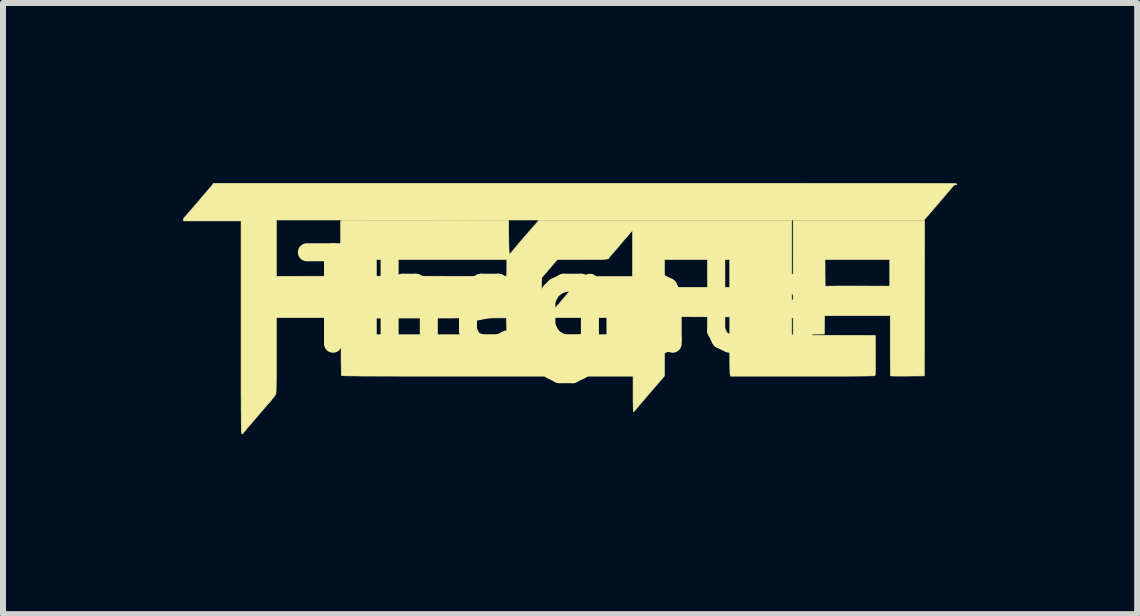
<source format=kicad_pcb>
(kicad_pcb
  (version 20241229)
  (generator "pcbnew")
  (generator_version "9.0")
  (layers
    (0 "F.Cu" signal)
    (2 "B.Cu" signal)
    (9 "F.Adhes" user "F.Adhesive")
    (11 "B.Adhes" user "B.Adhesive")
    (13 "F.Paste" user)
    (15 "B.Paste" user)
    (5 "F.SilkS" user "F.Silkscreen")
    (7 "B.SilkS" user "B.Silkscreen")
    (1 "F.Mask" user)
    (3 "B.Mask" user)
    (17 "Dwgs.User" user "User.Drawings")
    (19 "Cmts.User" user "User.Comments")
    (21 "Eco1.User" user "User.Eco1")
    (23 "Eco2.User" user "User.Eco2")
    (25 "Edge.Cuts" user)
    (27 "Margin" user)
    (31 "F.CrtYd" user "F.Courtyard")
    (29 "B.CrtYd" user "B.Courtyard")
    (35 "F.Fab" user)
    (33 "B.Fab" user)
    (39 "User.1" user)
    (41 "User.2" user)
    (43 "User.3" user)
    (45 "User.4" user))
  (footprint "Thegala"
    (layer "F.Cu")
    (at 6.31 1.989)
    (property "Reference" "Thegala" (at 0 0 0) (layer "F.SilkS") (effects (font (size 1.524 1.524) (thickness 0.3))))
    (attr through_hole)
    (fp_poly (pts (xy 6.044 1.226) (xy 5.766 1.228) (xy 5.701 1.229) (xy 5.641 1.229) (xy 5.588 1.229) (xy 5.544 1.228) (xy 5.51 1.227) (xy 5.489 1.226) (xy 5.482 1.225) (xy 5.481 1.216) (xy 5.48 1.193) (xy 5.48 1.157) (xy 5.479 1.109) (xy 5.478 1.05) (xy 5.478 0.983) (xy 5.477 0.907) (xy 5.477 0.825) (xy 5.477 0.739) (xy 5.477 0.721) (xy 5.477 0.222) (xy 4.382 0.222) (xy 4.38 0.375) (xy 4.378 0.528) (xy 3.858 0.532) (xy 3.858 -0.714) (xy 4.389 -0.714) (xy 4.39 -0.486) (xy 4.39 -0.428) (xy 4.391 -0.376) (xy 4.391 -0.332) (xy 4.392 -0.298) (xy 4.393 -0.275) (xy 4.394 -0.266) (xy 4.394 -0.266) (xy 4.403 -0.268) (xy 4.427 -0.269) (xy 4.467 -0.27) (xy 4.522 -0.271) (xy 4.593 -0.272) (xy 4.678 -0.272) (xy 4.779 -0.272) (xy 4.894 -0.272) (xy 4.933 -0.272) (xy 5.469 -0.27) (xy 5.469 -0.714) (xy 4.389 -0.714) (xy 3.858 -0.714) (xy 3.858 -1.365) (xy 4.953 -1.365) (xy 6.048 -1.365) (xy 6.044 1.226)) (stroke (width 0.01) (type solid)) (fill yes) (layer "F.SilkS"))
    (fp_poly (pts (xy 0.369 -1.984) (xy 0.682 -1.984) (xy 0.99 -1.984) (xy 1.295 -1.984) (xy 1.595 -1.984) (xy 1.89 -1.984) (xy 2.179 -1.984) (xy 2.463 -1.984) (xy 2.741 -1.984) (xy 3.012 -1.984) (xy 3.276 -1.984) (xy 3.533 -1.984) (xy 3.782 -1.984) (xy 4.023 -1.983) (xy 4.256 -1.983) (xy 4.479 -1.983) (xy 4.694 -1.983) (xy 4.899 -1.983) (xy 5.094 -1.983) (xy 5.279 -1.982) (xy 5.453 -1.982) (xy 5.615 -1.982) (xy 5.767 -1.982) (xy 5.906 -1.982) (xy 6.033 -1.981) (xy 6.148 -1.981) (xy 6.249 -1.981) (xy 6.337 -1.981) (xy 6.411 -1.98) (xy 6.471 -1.98) (xy 6.516 -1.98) (xy 6.547 -1.98) (xy 6.562 -1.98) (xy 6.563 -1.979) (xy 6.582 -1.973) (xy 6.587 -1.966) (xy 6.578 -1.962) (xy 6.566 -1.961) (xy 6.546 -1.955) (xy 6.525 -1.938) (xy 6.519 -1.931) (xy 6.501 -1.909) (xy 6.484 -1.89) (xy 6.48 -1.884) (xy 6.425 -1.821) (xy 6.379 -1.767) (xy 6.339 -1.72) (xy 6.334 -1.714) (xy 6.317 -1.694) (xy 6.303 -1.678) (xy 6.298 -1.672) (xy 6.29 -1.662) (xy 6.274 -1.644) (xy 6.253 -1.619) (xy 6.243 -1.607) (xy 6.221 -1.582) (xy 6.202 -1.561) (xy 6.19 -1.546) (xy 6.187 -1.543) (xy 6.178 -1.533) (xy 6.163 -1.515) (xy 6.144 -1.492) (xy 6.144 -1.492) (xy 6.119 -1.462) (xy 6.091 -1.431) (xy 6.073 -1.411) (xy 6.038 -1.373) (xy -4.755 -1.373) (xy -4.755 -0.433) (xy -4.225 -0.435) (xy -4.134 -0.435) (xy -4.049 -0.435) (xy -3.969 -0.435) (xy -3.896 -0.436) (xy -3.832 -0.436) (xy -3.778 -0.436) (xy -3.736 -0.436) (xy -3.706 -0.436) (xy -3.689 -0.436) (xy -3.687 -0.437) (xy -3.685 -0.444) (xy -3.684 -0.468) (xy -3.682 -0.507) (xy -3.681 -0.562) (xy -3.681 -0.632) (xy -3.681 -0.714) (xy -3.088 -0.714) (xy -3.088 -0.437) (xy -2.006 -0.435) (xy -1.876 -0.434) (xy -1.751 -0.434) (xy -1.631 -0.434) (xy -1.517 -0.433) (xy -1.41 -0.433) (xy -1.311 -0.433) (xy -1.221 -0.432) (xy -1.141 -0.432) (xy -1.072 -0.432) (xy -1.015 -0.432) (xy -0.97 -0.431) (xy -0.938 -0.431) (xy -0.922 -0.431) (xy -0.919 -0.431) (xy -0.917 -0.437) (xy -0.915 -0.458) (xy -0.914 -0.489) (xy -0.913 -0.529) (xy -0.913 -0.572) (xy -0.913 -0.714) (xy -3.088 -0.714) (xy -3.681 -0.714) (xy -3.681 -0.717) (xy -3.681 -0.817) (xy -3.681 -0.896) (xy -3.683 -1.356) (xy -3.649 -1.361) (xy -3.638 -1.362) (xy -3.611 -1.362) (xy -3.571 -1.362) (xy -3.517 -1.363) (xy -3.45 -1.363) (xy -3.372 -1.363) (xy -3.283 -1.364) (xy -3.183 -1.364) (xy -3.075 -1.364) (xy -2.958 -1.364) (xy -2.834 -1.364) (xy -2.703 -1.364) (xy -2.567 -1.364) (xy -2.425 -1.364) (xy -2.279 -1.364) (xy -2.25 -1.364) (xy -0.885 -1.361) (xy -0.881 -1.072) (xy -0.88 -0.987) (xy -0.878 -0.919) (xy -0.877 -0.866) (xy -0.875 -0.827) (xy -0.873 -0.804) (xy -0.87 -0.794) (xy -0.869 -0.795) (xy -0.86 -0.808) (xy -0.844 -0.827) (xy -0.829 -0.843) (xy -0.809 -0.867) (xy -0.791 -0.888) (xy -0.782 -0.899) (xy -0.765 -0.919) (xy -0.741 -0.948) (xy -0.712 -0.983) (xy -0.68 -1.02) (xy -0.663 -1.04) (xy -0.641 -1.066) (xy -0.614 -1.097) (xy -0.591 -1.123) (xy -0.572 -1.146) (xy -0.545 -1.177) (xy -0.513 -1.213) (xy -0.48 -1.251) (xy -0.466 -1.267) (xy -0.38 -1.365) (xy 1.727 -1.365) (xy 3.834 -1.365) (xy 3.834 0.548) (xy 4.53 0.55) (xy 5.227 0.552) (xy 5.229 0.88) (xy 5.229 0.97) (xy 5.229 1.044) (xy 5.229 1.104) (xy 5.228 1.151) (xy 5.227 1.185) (xy 5.225 1.207) (xy 5.223 1.218) (xy 5.222 1.219) (xy 5.219 1.221) (xy 5.211 1.222) (xy 5.198 1.224) (xy 5.18 1.225) (xy 5.155 1.226) (xy 5.122 1.226) (xy 5.082 1.227) (xy 5.033 1.228) (xy 4.975 1.228) (xy 4.907 1.229) (xy 4.828 1.229) (xy 4.738 1.23) (xy 4.636 1.23) (xy 4.521 1.23) (xy 4.392 1.23) (xy 4.25 1.23) (xy 4.092 1.23) (xy 4.015 1.23) (xy 2.817 1.23) (xy 2.81 1.209) (xy 2.808 1.197) (xy 2.806 1.169) (xy 2.805 1.126) (xy 2.804 1.07) (xy 2.803 1.001) (xy 2.802 0.919) (xy 2.802 0.825) (xy 2.802 0.72) (xy 2.802 0.715) (xy 2.803 0.242) (xy 1.714 0.238) (xy 1.714 1.226) (xy 1.642 1.31) (xy 1.596 1.363) (xy 1.55 1.417) (xy 1.505 1.468) (xy 1.464 1.516) (xy 1.428 1.558) (xy 1.399 1.593) (xy 1.378 1.617) (xy 1.376 1.619) (xy 1.364 1.633) (xy 1.345 1.656) (xy 1.321 1.684) (xy 1.298 1.71) (xy 1.272 1.741) (xy 1.248 1.769) (xy 1.23 1.791) (xy 1.22 1.804) (xy 1.207 1.818) (xy 1.198 1.826) (xy 1.197 1.826) (xy 1.196 1.818) (xy 1.194 1.796) (xy 1.193 1.762) (xy 1.192 1.717) (xy 1.191 1.663) (xy 1.191 1.602) (xy 1.191 1.536) (xy 1.191 1.528) (xy 1.191 1.23) (xy -1.233 1.23) (xy -1.476 1.23) (xy -1.704 1.23) (xy -1.917 1.23) (xy -2.116 1.23) (xy -2.3 1.23) (xy -2.471 1.23) (xy -2.628 1.23) (xy -2.772 1.229) (xy -2.904 1.229) (xy -3.023 1.229) (xy -3.131 1.228) (xy -3.227 1.228) (xy -3.313 1.228) (xy -3.388 1.227) (xy -3.454 1.226) (xy -3.509 1.226) (xy -3.556 1.225) (xy -3.593 1.225) (xy -3.623 1.224) (xy -3.644 1.223) (xy -3.658 1.222) (xy -3.665 1.221) (xy -3.666 1.221) (xy -3.668 1.215) (xy -3.669 1.2) (xy -3.671 1.177) (xy -3.672 1.144) (xy -3.673 1.099) (xy -3.674 1.043) (xy -3.675 0.974) (xy -3.675 0.892) (xy -3.675 0.795) (xy -3.675 0.733) (xy -3.675 0.262) (xy -3.088 0.262) (xy -3.088 0.54) (xy -0.912 0.54) (xy -0.333 0.54) (xy 0.754 0.54) (xy 0.754 0.254) (xy -0.223 0.254) (xy -0.218 0.234) (xy -0.209 0.217) (xy -0.194 0.195) (xy -0.184 0.184) (xy -0.16 0.158) (xy -0.136 0.13) (xy -0.127 0.119) (xy -0.106 0.094) (xy -0.081 0.065) (xy -0.064 0.046) (xy -0.045 0.025) (xy -0.03 0.008) (xy -0.016 -0.008) (xy 0.000272 -0.028) (xy 0.024 -0.055) (xy 0.024 -0.056) (xy 0.041 -0.076) (xy 0.055 -0.092) (xy 0.06 -0.098) (xy 0.077 -0.118) (xy 0.099 -0.144) (xy 0.123 -0.172) (xy 0.145 -0.198) (xy 0.163 -0.218) (xy 0.171 -0.229) (xy 0.189 -0.25) (xy 0.202 -0.265) (xy 0.216 -0.28) (xy 0.235 -0.302) (xy 0.255 -0.326) (xy 0.279 -0.353) (xy 0.303 -0.38) (xy 0.32 -0.399) (xy 0.348 -0.429) (xy 1.183 -0.429) (xy 1.183 -0.714) (xy 1.714 -0.714) (xy 1.714 -0.486) (xy 1.715 -0.427) (xy 1.715 -0.374) (xy 1.715 -0.328) (xy 1.716 -0.291) (xy 1.717 -0.266) (xy 1.718 -0.254) (xy 1.718 -0.253) (xy 1.726 -0.253) (xy 1.749 -0.252) (xy 1.785 -0.252) (xy 1.833 -0.251) (xy 1.892 -0.251) (xy 1.96 -0.251) (xy 2.037 -0.25) (xy 2.12 -0.25) (xy 2.208 -0.25) (xy 2.262 -0.25) (xy 2.802 -0.25) (xy 2.802 -0.714) (xy 1.714 -0.714) (xy 1.183 -0.714) (xy 1.183 -1.202) (xy 1.157 -1.173) (xy 1.136 -1.15) (xy 1.117 -1.126) (xy 1.112 -1.12) (xy 1.094 -1.098) (xy 1.073 -1.074) (xy 1.068 -1.069) (xy 1.05 -1.049) (xy 1.027 -1.023) (xy 1.008 -1.001) (xy 0.989 -0.978) (xy 0.972 -0.959) (xy 0.962 -0.948) (xy 0.954 -0.937) (xy 0.953 -0.933) (xy 0.947 -0.926) (xy 0.934 -0.91) (xy 0.92 -0.895) (xy 0.897 -0.87) (xy 0.873 -0.843) (xy 0.863 -0.831) (xy 0.841 -0.805) (xy 0.818 -0.778) (xy 0.812 -0.772) (xy 0.797 -0.754) (xy 0.787 -0.741) (xy 0.786 -0.738) (xy 0.784 -0.733) (xy 0.779 -0.729) (xy 0.769 -0.725) (xy 0.752 -0.722) (xy 0.728 -0.72) (xy 0.696 -0.718) (xy 0.654 -0.716) (xy 0.601 -0.715) (xy 0.536 -0.715) (xy 0.458 -0.715) (xy 0.366 -0.714) (xy 0.338 -0.714) (xy -0.07 -0.714) (xy -0.104 -0.676) (xy -0.128 -0.648) (xy -0.153 -0.62) (xy -0.167 -0.604) (xy -0.19 -0.576) (xy -0.207 -0.555) (xy -0.223 -0.537) (xy -0.24 -0.517) (xy -0.255 -0.499) (xy -0.278 -0.474) (xy -0.299 -0.449) (xy -0.313 -0.433) (xy -0.333 -0.409) (xy -0.333 0.065) (xy -0.333 0.54) (xy -0.912 0.54) (xy -0.915 0.399) (xy -0.916 0.345) (xy -0.917 0.306) (xy -0.919 0.28) (xy -0.922 0.265) (xy -0.926 0.259) (xy -0.927 0.259) (xy -0.936 0.259) (xy -0.96 0.259) (xy -0.998 0.259) (xy -1.049 0.259) (xy -1.112 0.259) (xy -1.186 0.26) (xy -1.271 0.26) (xy -1.366 0.26) (xy -1.468 0.26) (xy -1.579 0.26) (xy -1.695 0.26) (xy -1.818 0.261) (xy -1.945 0.261) (xy -2.012 0.261) (xy -3.088 0.262) (xy -3.675 0.262) (xy -3.675 0.254) (xy -4.755 0.254) (xy -4.755 0.881) (xy -4.755 1.008) (xy -4.755 1.122) (xy -4.755 1.223) (xy -4.756 1.31) (xy -4.757 1.384) (xy -4.758 1.442) (xy -4.759 1.486) (xy -4.761 1.515) (xy -4.763 1.528) (xy -4.763 1.528) (xy -4.77 1.54) (xy -4.785 1.561) (xy -4.805 1.588) (xy -4.828 1.618) (xy -4.852 1.647) (xy -4.874 1.673) (xy -4.891 1.692) (xy -4.898 1.699) (xy -4.904 1.706) (xy -4.919 1.723) (xy -4.94 1.747) (xy -4.965 1.777) (xy -4.973 1.786) (xy -5 1.817) (xy -5.023 1.844) (xy -5.041 1.865) (xy -5.051 1.877) (xy -5.052 1.878) (xy -5.061 1.888) (xy -5.077 1.906) (xy -5.096 1.929) (xy -5.114 1.95) (xy -5.139 1.979) (xy -5.169 2.015) (xy -5.201 2.052) (xy -5.218 2.071) (xy -5.247 2.105) (xy -5.272 2.135) (xy -5.292 2.16) (xy -5.305 2.176) (xy -5.308 2.181) (xy -5.318 2.189) (xy -5.327 2.191) (xy -5.329 2.19) (xy -5.33 2.189) (xy -5.332 2.186) (xy -5.333 2.181) (xy -5.334 2.173) (xy -5.335 2.162) (xy -5.336 2.147) (xy -5.337 2.127) (xy -5.338 2.102) (xy -5.338 2.071) (xy -5.339 2.033) (xy -5.34 1.988) (xy -5.34 1.936) (xy -5.34 1.875) (xy -5.341 1.805) (xy -5.341 1.726) (xy -5.341 1.637) (xy -5.342 1.537) (xy -5.342 1.425) (xy -5.342 1.301) (xy -5.342 1.165) (xy -5.342 1.016) (xy -5.342 0.853) (xy -5.342 0.675) (xy -5.342 0.482) (xy -5.342 -1.357) (xy -6.301 -1.357) (xy -6.305 -1.375) (xy -6.303 -1.393) (xy -6.289 -1.412) (xy -6.274 -1.428) (xy -6.252 -1.452) (xy -6.23 -1.478) (xy -6.228 -1.48) (xy -6.204 -1.507) (xy -6.175 -1.541) (xy -6.145 -1.576) (xy -6.132 -1.591) (xy -6.109 -1.617) (xy -6.089 -1.64) (xy -6.076 -1.654) (xy -6.072 -1.659) (xy -6.065 -1.667) (xy -6.052 -1.683) (xy -6.034 -1.705) (xy -6.033 -1.707) (xy -6.01 -1.734) (xy -5.982 -1.767) (xy -5.955 -1.799) (xy -5.949 -1.806) (xy -5.925 -1.833) (xy -5.904 -1.857) (xy -5.889 -1.875) (xy -5.885 -1.88) (xy -5.869 -1.898) (xy -5.851 -1.92) (xy -5.847 -1.924) (xy -5.83 -1.944) (xy -5.815 -1.963) (xy -5.813 -1.967) (xy -5.8 -1.984) (xy 0.369 -1.984)) (stroke (width 0.01) (type solid)) (fill yes) (layer "F.SilkS")))
  (gr_rect
    (start -3 -3)
    (end 15.902 7.185)
    (stroke (width 0.1) (type default))
    (fill no)
    (layer "Edge.Cuts")))
</source>
